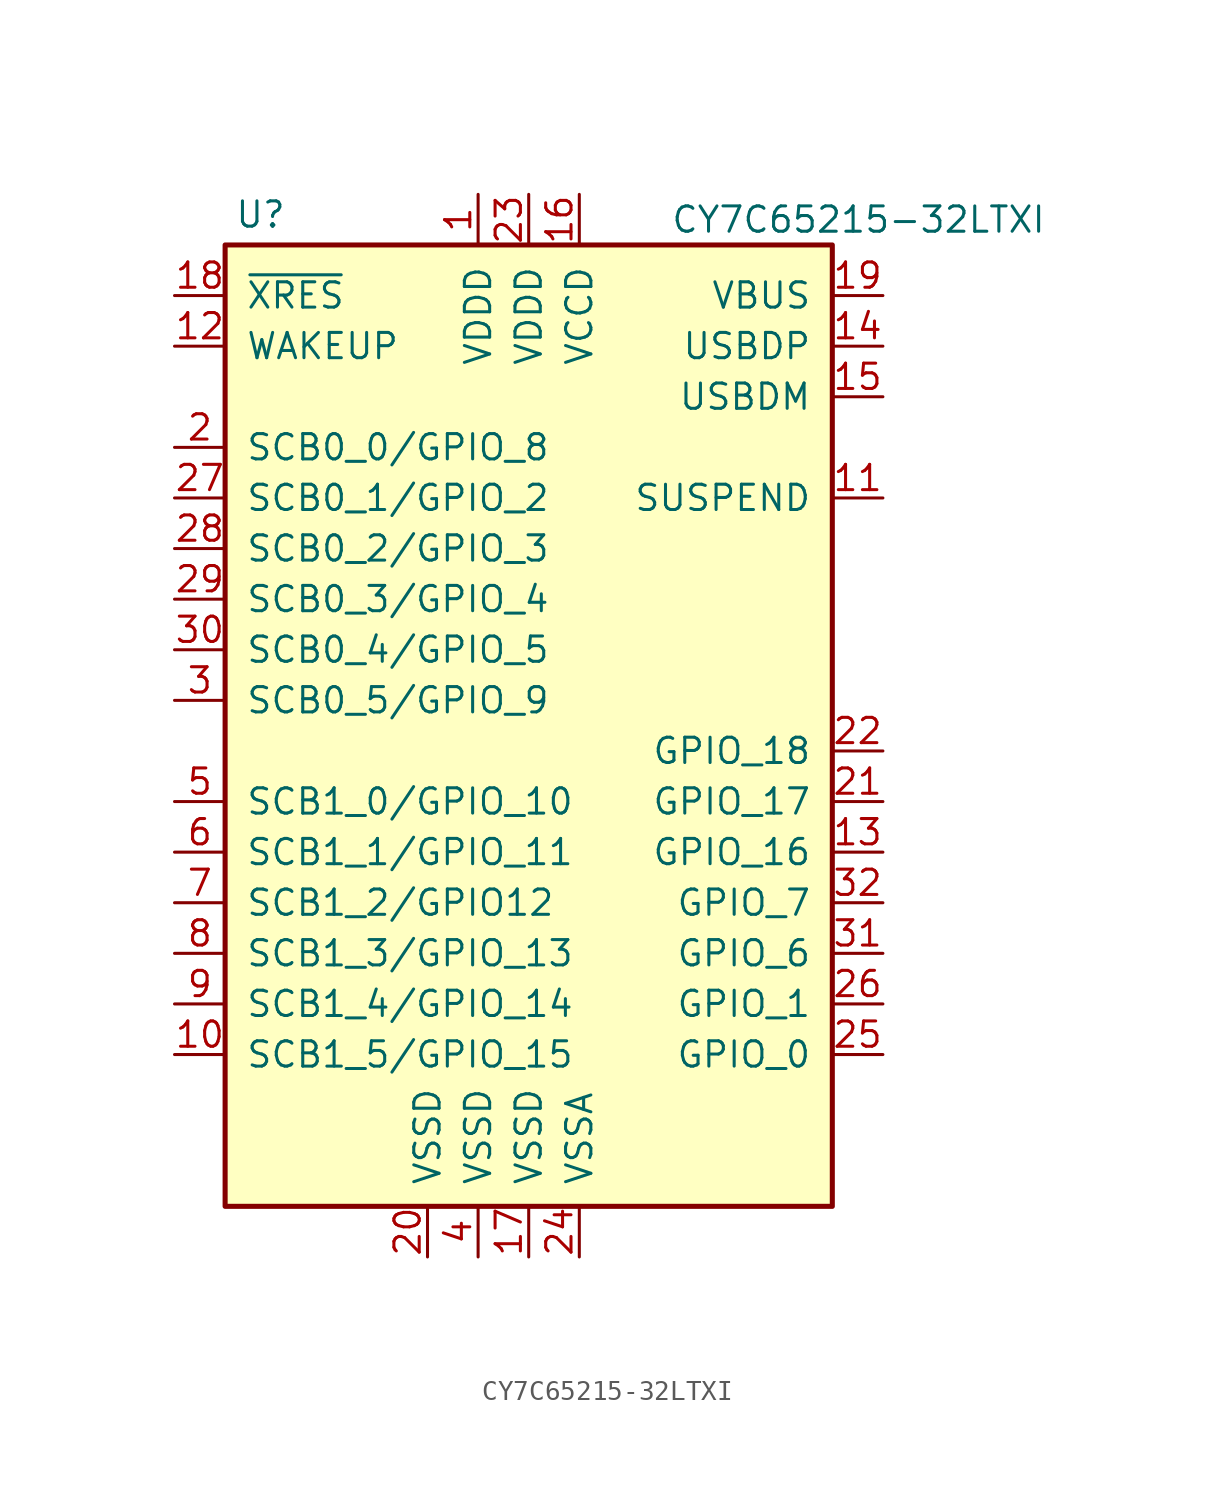
<source format=kicad_sym>
(kicad_symbol_lib
  (version 20201005)
  (generator kicad_symbol_editor)
  (symbol "Interface_USB:CY7C65215-32LTXI"
    (pin_names
      (offset 1.016))
    (property "Reference" "U"
      (at -13.462 21.844 0)
      (effects (font (size 1.27 1.27))))
    (property "Value" "CY7C65215-32LTXI"
      (at 7.112 21.59 0)
      (effects (font (size 1.27 1.27)) (justify left)))
    (symbol "CY7C65215-32LTXI_0_1"
      (rectangle (start -15.24 20.32) (end 15.24 -27.94) (stroke (width 0.254)) (fill (type background))))
    (symbol "CY7C65215-32LTXI_1_1"
      (pin power_in line (at -2.54 22.86 270) (length 2.54) (name "VDDD" (effects (font (size 1.27 1.27)))) (number "1" (effects (font (size 1.27 1.27)))))
      (pin bidirectional line (at -17.78 -20.32 0) (length 2.54) (name "SCB1_5/GPIO_15" (effects (font (size 1.27 1.27)))) (number "10" (effects (font (size 1.27 1.27)))))
      (pin output line (at 17.78 7.62 180) (length 2.54) (name "SUSPEND" (effects (font (size 1.27 1.27)))) (number "11" (effects (font (size 1.27 1.27)))))
      (pin input line (at -17.78 15.24 0) (length 2.54) (name "WAKEUP" (effects (font (size 1.27 1.27)))) (number "12" (effects (font (size 1.27 1.27)))))
      (pin tri_state line (at 17.78 -10.16 180) (length 2.54) (name "GPIO_16" (effects (font (size 1.27 1.27)))) (number "13" (effects (font (size 1.27 1.27)))))
      (pin bidirectional line (at 17.78 15.24 180) (length 2.54) (name "USBDP" (effects (font (size 1.27 1.27)))) (number "14" (effects (font (size 1.27 1.27)))))
      (pin bidirectional line (at 17.78 12.7 180) (length 2.54) (name "USBDM" (effects (font (size 1.27 1.27)))) (number "15" (effects (font (size 1.27 1.27)))))
      (pin power_in line (at 2.54 22.86 270) (length 2.54) (name "VCCD" (effects (font (size 1.27 1.27)))) (number "16" (effects (font (size 1.27 1.27)))))
      (pin power_in line (at 0 -30.48 90) (length 2.54) (name "VSSD" (effects (font (size 1.27 1.27)))) (number "17" (effects (font (size 1.27 1.27)))))
      (pin input line (at -17.78 17.78 0) (length 2.54) (name "~XRES" (effects (font (size 1.27 1.27)))) (number "18" (effects (font (size 1.27 1.27)))))
      (pin power_out line (at 17.78 17.78 180) (length 2.54) (name "VBUS" (effects (font (size 1.27 1.27)))) (number "19" (effects (font (size 1.27 1.27)))))
      (pin bidirectional line (at -17.78 10.16 0) (length 2.54) (name "SCB0_0/GPIO_8" (effects (font (size 1.27 1.27)))) (number "2" (effects (font (size 1.27 1.27)))))
      (pin power_in line (at -5.08 -30.48 90) (length 2.54) (name "VSSD" (effects (font (size 1.27 1.27)))) (number "20" (effects (font (size 1.27 1.27)))))
      (pin tri_state line (at 17.78 -7.62 180) (length 2.54) (name "GPIO_17" (effects (font (size 1.27 1.27)))) (number "21" (effects (font (size 1.27 1.27)))))
      (pin tri_state line (at 17.78 -5.08 180) (length 2.54) (name "GPIO_18" (effects (font (size 1.27 1.27)))) (number "22" (effects (font (size 1.27 1.27)))))
      (pin power_in line (at 0 22.86 270) (length 2.54) (name "VDDD" (effects (font (size 1.27 1.27)))) (number "23" (effects (font (size 1.27 1.27)))))
      (pin power_in line (at 2.54 -30.48 90) (length 2.54) (name "VSSA" (effects (font (size 1.27 1.27)))) (number "24" (effects (font (size 1.27 1.27)))))
      (pin bidirectional line (at 17.78 -20.32 180) (length 2.54) (name "GPIO_0" (effects (font (size 1.27 1.27)))) (number "25" (effects (font (size 1.27 1.27)))))
      (pin bidirectional line (at 17.78 -17.78 180) (length 2.54) (name "GPIO_1" (effects (font (size 1.27 1.27)))) (number "26" (effects (font (size 1.27 1.27)))))
      (pin bidirectional line (at -17.78 7.62 0) (length 2.54) (name "SCB0_1/GPIO_2" (effects (font (size 1.27 1.27)))) (number "27" (effects (font (size 1.27 1.27)))))
      (pin bidirectional line (at -17.78 5.08 0) (length 2.54) (name "SCB0_2/GPIO_3" (effects (font (size 1.27 1.27)))) (number "28" (effects (font (size 1.27 1.27)))))
      (pin bidirectional line (at -17.78 2.54 0) (length 2.54) (name "SCB0_3/GPIO_4" (effects (font (size 1.27 1.27)))) (number "29" (effects (font (size 1.27 1.27)))))
      (pin bidirectional line (at -17.78 -2.54 0) (length 2.54) (name "SCB0_5/GPIO_9" (effects (font (size 1.27 1.27)))) (number "3" (effects (font (size 1.27 1.27)))))
      (pin bidirectional line (at -17.78 0 0) (length 2.54) (name "SCB0_4/GPIO_5" (effects (font (size 1.27 1.27)))) (number "30" (effects (font (size 1.27 1.27)))))
      (pin bidirectional line (at 17.78 -15.24 180) (length 2.54) (name "GPIO_6" (effects (font (size 1.27 1.27)))) (number "31" (effects (font (size 1.27 1.27)))))
      (pin bidirectional line (at 17.78 -12.7 180) (length 2.54) (name "GPIO_7" (effects (font (size 1.27 1.27)))) (number "32" (effects (font (size 1.27 1.27)))))
      (pin no_connect line (at -15.24 -25.4 0) (length 2.54) hide (name "1EP" (effects (font (size 1.27 1.27)))) (number "33" (effects (font (size 1.27 1.27)))))
      (pin power_in line (at -2.54 -30.48 90) (length 2.54) (name "VSSD" (effects (font (size 1.27 1.27)))) (number "4" (effects (font (size 1.27 1.27)))))
      (pin bidirectional line (at -17.78 -7.62 0) (length 2.54) (name "SCB1_0/GPIO_10" (effects (font (size 1.27 1.27)))) (number "5" (effects (font (size 1.27 1.27)))))
      (pin bidirectional line (at -17.78 -10.16 0) (length 2.54) (name "SCB1_1/GPIO_11" (effects (font (size 1.27 1.27)))) (number "6" (effects (font (size 1.27 1.27)))))
      (pin bidirectional line (at -17.78 -12.7 0) (length 2.54) (name "SCB1_2/GPIO12" (effects (font (size 1.27 1.27)))) (number "7" (effects (font (size 1.27 1.27)))))
      (pin bidirectional line (at -17.78 -15.24 0) (length 2.54) (name "SCB1_3/GPIO_13" (effects (font (size 1.27 1.27)))) (number "8" (effects (font (size 1.27 1.27)))))
      (pin bidirectional line (at -17.78 -17.78 0) (length 2.54) (name "SCB1_4/GPIO_14" (effects (font (size 1.27 1.27)))) (number "9" (effects (font (size 1.27 1.27))))))))
</source>
